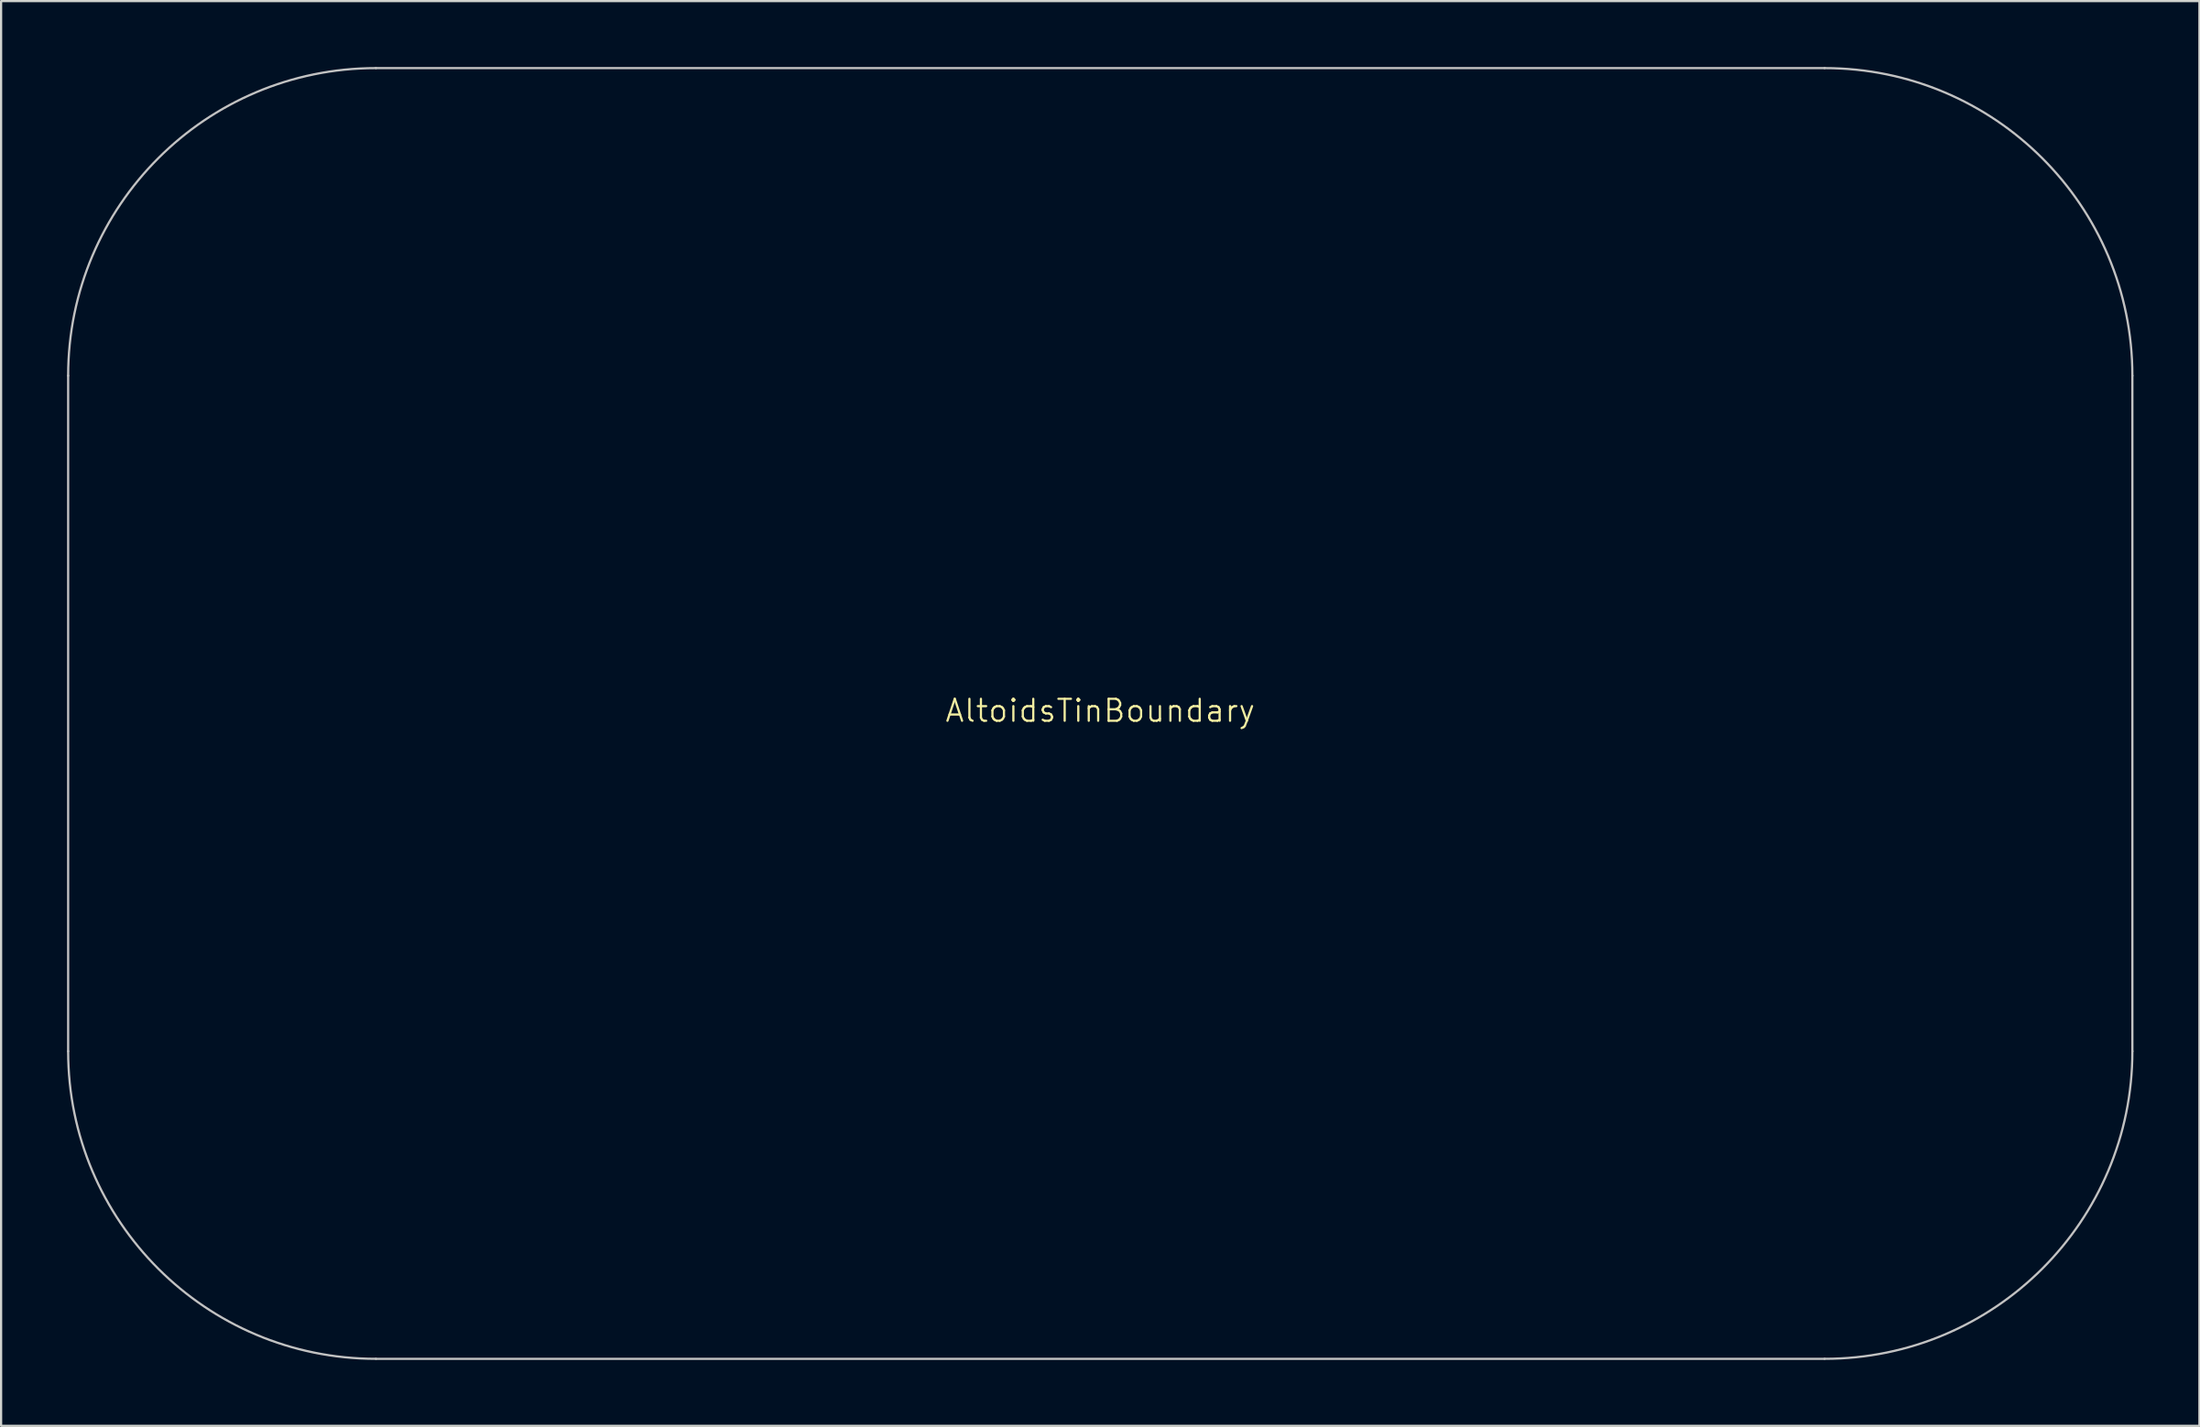
<source format=kicad_pcb>
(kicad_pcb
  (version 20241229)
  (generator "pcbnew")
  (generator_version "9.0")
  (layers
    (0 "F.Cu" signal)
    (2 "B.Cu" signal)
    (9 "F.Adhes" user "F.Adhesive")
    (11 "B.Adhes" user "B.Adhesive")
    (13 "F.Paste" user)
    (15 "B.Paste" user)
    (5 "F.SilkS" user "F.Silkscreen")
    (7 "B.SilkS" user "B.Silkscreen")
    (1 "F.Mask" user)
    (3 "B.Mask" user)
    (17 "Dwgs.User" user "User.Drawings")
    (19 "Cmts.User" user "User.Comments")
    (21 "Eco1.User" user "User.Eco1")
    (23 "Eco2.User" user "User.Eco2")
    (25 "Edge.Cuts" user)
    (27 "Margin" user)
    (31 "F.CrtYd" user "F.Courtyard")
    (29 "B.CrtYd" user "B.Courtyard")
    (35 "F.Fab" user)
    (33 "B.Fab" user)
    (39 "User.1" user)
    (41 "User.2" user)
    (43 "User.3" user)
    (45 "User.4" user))
  (footprint "AltoidsTinBoundary"
    (layer "F.Cu")
    (at 47 29.8)
    (property "Reference" "AltoidsTinBoundary" (at 0 -0.5 0) (unlocked yes) (layer "F.SilkS") (effects (font (size 1 1) (thickness 0.1))))
    (attr smd)
    (fp_line (start -46.95 15) (end -46.95 -15.75) (stroke (width 0.1) (type default)) (layer "Dwgs.User"))
    (fp_line (start -32.95 -29.75) (end 32.95 -29.75) (stroke (width 0.1) (type default)) (layer "Dwgs.User"))
    (fp_line (start 32.95 29) (end -32.95 29) (stroke (width 0.1) (type default)) (layer "Dwgs.User"))
    (fp_line (start 46.95 -15.75) (end 46.95 15) (stroke (width 0.1) (type default)) (layer "Dwgs.User"))
    (fp_arc (start -46.95 -15.75) (mid -42.849495 -25.649495) (end -32.95 -29.75) (stroke (width 0.1) (type default)) (layer "Dwgs.User"))
    (fp_arc (start -32.95 29) (mid -42.849495 24.899495) (end -46.95 15) (stroke (width 0.1) (type default)) (layer "Dwgs.User"))
    (fp_arc (start 32.95 -29.75) (mid 42.849495 -25.649495) (end 46.95 -15.75) (stroke (width 0.1) (type default)) (layer "Dwgs.User"))
    (fp_arc (start 46.95 15) (mid 42.849495 24.899495) (end 32.95 29) (stroke (width 0.1) (type default)) (layer "Dwgs.User")))
  (gr_rect
    (start -3 -3)
    (end 97 61.85)
    (stroke (width 0.1) (type default))
    (fill no)
    (layer "Edge.Cuts")))
</source>
